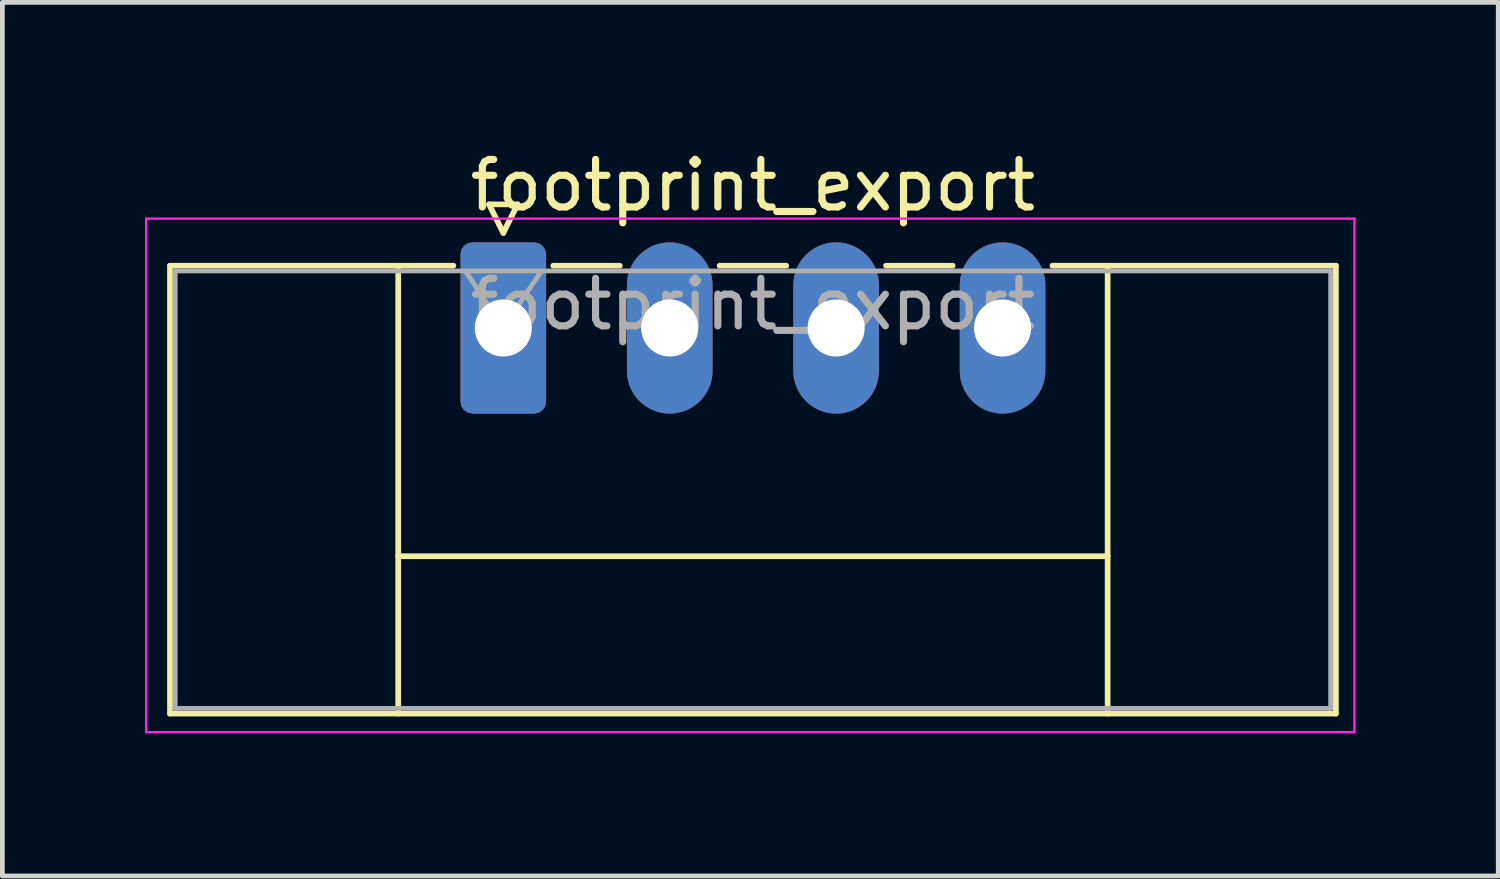
<source format=kicad_pcb>
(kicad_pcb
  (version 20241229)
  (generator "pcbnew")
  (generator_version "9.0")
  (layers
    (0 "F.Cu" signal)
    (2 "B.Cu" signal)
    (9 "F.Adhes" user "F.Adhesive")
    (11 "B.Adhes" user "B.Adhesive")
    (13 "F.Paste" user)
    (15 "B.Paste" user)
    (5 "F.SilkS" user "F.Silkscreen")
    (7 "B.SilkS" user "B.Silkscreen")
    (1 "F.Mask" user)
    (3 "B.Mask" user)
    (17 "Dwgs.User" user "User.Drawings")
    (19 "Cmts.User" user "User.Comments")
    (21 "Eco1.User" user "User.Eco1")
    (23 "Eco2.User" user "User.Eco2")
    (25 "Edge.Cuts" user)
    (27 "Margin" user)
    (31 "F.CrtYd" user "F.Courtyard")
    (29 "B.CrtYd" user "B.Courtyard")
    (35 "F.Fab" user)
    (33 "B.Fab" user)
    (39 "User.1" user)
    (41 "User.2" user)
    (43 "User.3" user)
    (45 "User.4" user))
  (footprint "footprint_export"
    (layer "F.Cu")
    (at 7.535 3.848)
    (property "Reference" "footprint_export" (at 5.25 -3 0) (layer "F.SilkS") (effects (font (size 1 1) (thickness 0.15))))
    (attr through_hole)
    (fp_line (start -7.01 -1.31) (end -7.01 8.11) (stroke (width 0.12) (type solid)) (layer "F.SilkS"))
    (fp_line (start -7.01 -1.31) (end -1.05 -1.31) (stroke (width 0.12) (type solid)) (layer "F.SilkS"))
    (fp_line (start -7.01 8.11) (end 17.51 8.11) (stroke (width 0.12) (type solid)) (layer "F.SilkS"))
    (fp_line (start -2.21 -1.31) (end -2.21 8.11) (stroke (width 0.12) (type solid)) (layer "F.SilkS"))
    (fp_line (start -2.21 4.8) (end 12.71 4.8) (stroke (width 0.12) (type solid)) (layer "F.SilkS"))
    (fp_line (start -0.3 -2.6) (end 0.3 -2.6) (stroke (width 0.12) (type solid)) (layer "F.SilkS"))
    (fp_line (start 0 -2) (end -0.3 -2.6) (stroke (width 0.12) (type solid)) (layer "F.SilkS"))
    (fp_line (start 0.3 -2.6) (end 0 -2) (stroke (width 0.12) (type solid)) (layer "F.SilkS"))
    (fp_line (start 1.05 -1.31) (end 2.45 -1.31) (stroke (width 0.12) (type solid)) (layer "F.SilkS"))
    (fp_line (start 4.55 -1.31) (end 5.95 -1.31) (stroke (width 0.12) (type solid)) (layer "F.SilkS"))
    (fp_line (start 8.05 -1.31) (end 9.45 -1.31) (stroke (width 0.12) (type solid)) (layer "F.SilkS"))
    (fp_line (start 12.71 -1.31) (end 12.71 8.11) (stroke (width 0.12) (type solid)) (layer "F.SilkS"))
    (fp_line (start 17.51 -1.31) (end 11.55 -1.31) (stroke (width 0.12) (type solid)) (layer "F.SilkS"))
    (fp_line (start 17.51 8.11) (end 17.51 -1.31) (stroke (width 0.12) (type solid)) (layer "F.SilkS"))
    (fp_line (start -7.51 -2.3) (end -7.51 8.5) (stroke (width 0.05) (type solid)) (layer "F.CrtYd"))
    (fp_line (start -7.51 8.5) (end 17.9 8.5) (stroke (width 0.05) (type solid)) (layer "F.CrtYd"))
    (fp_line (start 17.9 -2.3) (end -7.51 -2.3) (stroke (width 0.05) (type solid)) (layer "F.CrtYd"))
    (fp_line (start 17.9 8.5) (end 17.9 -2.3) (stroke (width 0.05) (type solid)) (layer "F.CrtYd"))
    (fp_line (start -6.9 -1.2) (end -6.9 8) (stroke (width 0.1) (type solid)) (layer "F.Fab"))
    (fp_line (start -6.9 8) (end 17.4 8) (stroke (width 0.1) (type solid)) (layer "F.Fab"))
    (fp_line (start 0 0) (end -0.8 -1.2) (stroke (width 0.1) (type solid)) (layer "F.Fab"))
    (fp_line (start 0.8 -1.2) (end 0 0) (stroke (width 0.1) (type solid)) (layer "F.Fab"))
    (fp_line (start 17.4 -1.2) (end -6.9 -1.2) (stroke (width 0.1) (type solid)) (layer "F.Fab"))
    (fp_line (start 17.4 8) (end 17.4 -1.2) (stroke (width 0.1) (type solid)) (layer "F.Fab"))
    (fp_text user "${REFERENCE}" (at 5.25 -0.5 0) (layer "F.Fab") (effects (font (size 1 1) (thickness 0.15))))
    (pad "1" thru_hole roundrect (at 0 0) (size 1.8 3.6) (drill 1.2) (layers "*.Cu" "*.Mask") (roundrect_rratio 0.139))
    (pad "2" thru_hole oval (at 3.5 0) (size 1.8 3.6) (drill 1.2) (layers "*.Cu" "*.Mask"))
    (pad "3" thru_hole oval (at 7 0) (size 1.8 3.6) (drill 1.2) (layers "*.Cu" "*.Mask"))
    (pad "4" thru_hole oval (at 10.5 0) (size 1.8 3.6) (drill 1.2) (layers "*.Cu" "*.Mask")))
  (gr_rect
    (start -3 -3)
    (end 28.46 15.373)
    (stroke (width 0.1) (type default))
    (fill no)
    (layer "Edge.Cuts")))
</source>
